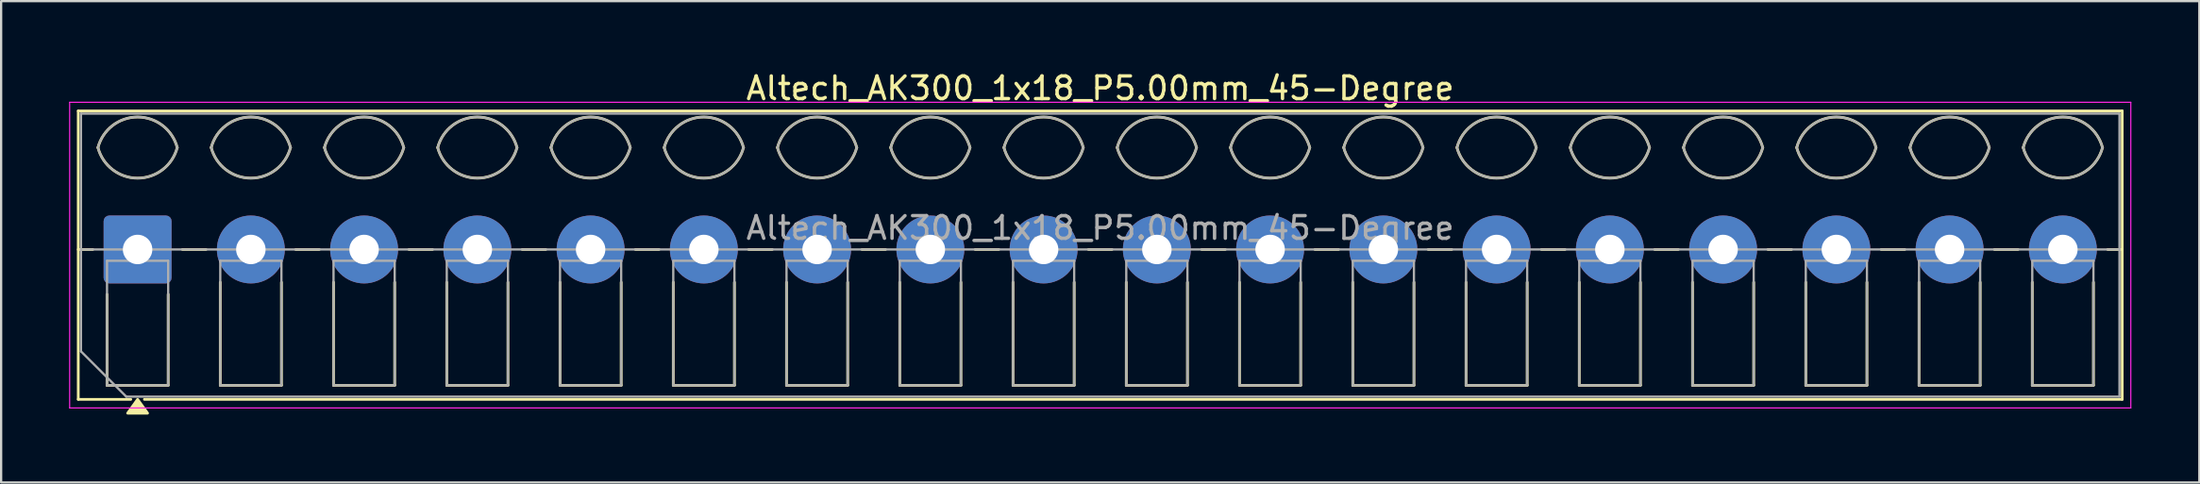
<source format=kicad_pcb>
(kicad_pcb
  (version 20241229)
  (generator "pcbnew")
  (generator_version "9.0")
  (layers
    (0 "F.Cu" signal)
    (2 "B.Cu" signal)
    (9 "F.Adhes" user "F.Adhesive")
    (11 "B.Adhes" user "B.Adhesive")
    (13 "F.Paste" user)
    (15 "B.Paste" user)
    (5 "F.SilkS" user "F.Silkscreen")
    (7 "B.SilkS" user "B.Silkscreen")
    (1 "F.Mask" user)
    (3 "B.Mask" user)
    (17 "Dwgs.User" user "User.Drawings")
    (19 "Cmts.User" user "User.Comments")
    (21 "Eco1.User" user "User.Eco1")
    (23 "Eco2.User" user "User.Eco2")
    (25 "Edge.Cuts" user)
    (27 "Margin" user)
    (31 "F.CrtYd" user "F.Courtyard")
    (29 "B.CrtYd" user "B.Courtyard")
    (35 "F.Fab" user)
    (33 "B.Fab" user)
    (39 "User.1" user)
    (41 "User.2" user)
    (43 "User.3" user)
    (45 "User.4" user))
  (footprint "Altech_AK300_1x18_P5.00mm_45-Degree"
    (layer "F.Cu")
    (at 3.025 7.968)
    (property "Reference" "Altech_AK300_1x18_P5.00mm_45-Degree" (at 42.5 -7.12 0) (layer "F.SilkS") (effects (font (size 1 1) (thickness 0.15))))
    (attr through_hole)
    (fp_line (start -2.62 -6.12) (end 87.62 -6.12) (stroke (width 0.12) (type solid)) (layer "F.SilkS"))
    (fp_line (start -2.62 0) (end -1.98 0) (stroke (width 0.12) (type solid)) (layer "F.SilkS"))
    (fp_line (start -2.62 6.62) (end -2.62 -6.12) (stroke (width 0.12) (type solid)) (layer "F.SilkS"))
    (fp_line (start -1.35 6) (end -1.35 1.98) (stroke (width 0.12) (type solid)) (layer "F.SilkS"))
    (fp_line (start -0.3 6.62) (end -2.62 6.62) (stroke (width 0.12) (type solid)) (layer "F.SilkS"))
    (fp_line (start 1.35 1.98) (end 1.35 6) (stroke (width 0.12) (type solid)) (layer "F.SilkS"))
    (fp_line (start 1.35 6) (end -1.35 6) (stroke (width 0.12) (type solid)) (layer "F.SilkS"))
    (fp_line (start 1.98 0) (end 3.02 0) (stroke (width 0.12) (type solid)) (layer "F.SilkS"))
    (fp_line (start 3.65 6) (end 3.65 1.448) (stroke (width 0.12) (type solid)) (layer "F.SilkS"))
    (fp_line (start 6.35 1.448) (end 6.35 6) (stroke (width 0.12) (type solid)) (layer "F.SilkS"))
    (fp_line (start 6.35 6) (end 3.65 6) (stroke (width 0.12) (type solid)) (layer "F.SilkS"))
    (fp_line (start 6.98 0) (end 8.02 0) (stroke (width 0.12) (type solid)) (layer "F.SilkS"))
    (fp_line (start 8.65 6) (end 8.65 1.448) (stroke (width 0.12) (type solid)) (layer "F.SilkS"))
    (fp_line (start 11.35 1.448) (end 11.35 6) (stroke (width 0.12) (type solid)) (layer "F.SilkS"))
    (fp_line (start 11.35 6) (end 8.65 6) (stroke (width 0.12) (type solid)) (layer "F.SilkS"))
    (fp_line (start 11.98 0) (end 13.02 0) (stroke (width 0.12) (type solid)) (layer "F.SilkS"))
    (fp_line (start 13.65 6) (end 13.65 1.448) (stroke (width 0.12) (type solid)) (layer "F.SilkS"))
    (fp_line (start 16.35 1.448) (end 16.35 6) (stroke (width 0.12) (type solid)) (layer "F.SilkS"))
    (fp_line (start 16.35 6) (end 13.65 6) (stroke (width 0.12) (type solid)) (layer "F.SilkS"))
    (fp_line (start 16.98 0) (end 18.02 0) (stroke (width 0.12) (type solid)) (layer "F.SilkS"))
    (fp_line (start 18.65 6) (end 18.65 1.448) (stroke (width 0.12) (type solid)) (layer "F.SilkS"))
    (fp_line (start 21.35 1.448) (end 21.35 6) (stroke (width 0.12) (type solid)) (layer "F.SilkS"))
    (fp_line (start 21.35 6) (end 18.65 6) (stroke (width 0.12) (type solid)) (layer "F.SilkS"))
    (fp_line (start 21.98 0) (end 23.02 0) (stroke (width 0.12) (type solid)) (layer "F.SilkS"))
    (fp_line (start 23.65 6) (end 23.65 1.448) (stroke (width 0.12) (type solid)) (layer "F.SilkS"))
    (fp_line (start 26.35 1.448) (end 26.35 6) (stroke (width 0.12) (type solid)) (layer "F.SilkS"))
    (fp_line (start 26.35 6) (end 23.65 6) (stroke (width 0.12) (type solid)) (layer "F.SilkS"))
    (fp_line (start 26.98 0) (end 28.02 0) (stroke (width 0.12) (type solid)) (layer "F.SilkS"))
    (fp_line (start 28.65 6) (end 28.65 1.448) (stroke (width 0.12) (type solid)) (layer "F.SilkS"))
    (fp_line (start 31.35 1.448) (end 31.35 6) (stroke (width 0.12) (type solid)) (layer "F.SilkS"))
    (fp_line (start 31.35 6) (end 28.65 6) (stroke (width 0.12) (type solid)) (layer "F.SilkS"))
    (fp_line (start 31.98 0) (end 33.02 0) (stroke (width 0.12) (type solid)) (layer "F.SilkS"))
    (fp_line (start 33.65 6) (end 33.65 1.448) (stroke (width 0.12) (type solid)) (layer "F.SilkS"))
    (fp_line (start 36.35 1.448) (end 36.35 6) (stroke (width 0.12) (type solid)) (layer "F.SilkS"))
    (fp_line (start 36.35 6) (end 33.65 6) (stroke (width 0.12) (type solid)) (layer "F.SilkS"))
    (fp_line (start 36.98 0) (end 38.02 0) (stroke (width 0.12) (type solid)) (layer "F.SilkS"))
    (fp_line (start 38.65 6) (end 38.65 1.448) (stroke (width 0.12) (type solid)) (layer "F.SilkS"))
    (fp_line (start 41.35 1.448) (end 41.35 6) (stroke (width 0.12) (type solid)) (layer "F.SilkS"))
    (fp_line (start 41.35 6) (end 38.65 6) (stroke (width 0.12) (type solid)) (layer "F.SilkS"))
    (fp_line (start 41.98 0) (end 43.02 0) (stroke (width 0.12) (type solid)) (layer "F.SilkS"))
    (fp_line (start 43.65 6) (end 43.65 1.448) (stroke (width 0.12) (type solid)) (layer "F.SilkS"))
    (fp_line (start 46.35 1.448) (end 46.35 6) (stroke (width 0.12) (type solid)) (layer "F.SilkS"))
    (fp_line (start 46.35 6) (end 43.65 6) (stroke (width 0.12) (type solid)) (layer "F.SilkS"))
    (fp_line (start 46.98 0) (end 48.02 0) (stroke (width 0.12) (type solid)) (layer "F.SilkS"))
    (fp_line (start 48.65 6) (end 48.65 1.448) (stroke (width 0.12) (type solid)) (layer "F.SilkS"))
    (fp_line (start 51.35 1.448) (end 51.35 6) (stroke (width 0.12) (type solid)) (layer "F.SilkS"))
    (fp_line (start 51.35 6) (end 48.65 6) (stroke (width 0.12) (type solid)) (layer "F.SilkS"))
    (fp_line (start 51.98 0) (end 53.02 0) (stroke (width 0.12) (type solid)) (layer "F.SilkS"))
    (fp_line (start 53.65 6) (end 53.65 1.448) (stroke (width 0.12) (type solid)) (layer "F.SilkS"))
    (fp_line (start 56.35 1.448) (end 56.35 6) (stroke (width 0.12) (type solid)) (layer "F.SilkS"))
    (fp_line (start 56.35 6) (end 53.65 6) (stroke (width 0.12) (type solid)) (layer "F.SilkS"))
    (fp_line (start 56.98 0) (end 58.02 0) (stroke (width 0.12) (type solid)) (layer "F.SilkS"))
    (fp_line (start 58.65 6) (end 58.65 1.448) (stroke (width 0.12) (type solid)) (layer "F.SilkS"))
    (fp_line (start 61.35 1.448) (end 61.35 6) (stroke (width 0.12) (type solid)) (layer "F.SilkS"))
    (fp_line (start 61.35 6) (end 58.65 6) (stroke (width 0.12) (type solid)) (layer "F.SilkS"))
    (fp_line (start 61.98 0) (end 63.02 0) (stroke (width 0.12) (type solid)) (layer "F.SilkS"))
    (fp_line (start 63.65 6) (end 63.65 1.448) (stroke (width 0.12) (type solid)) (layer "F.SilkS"))
    (fp_line (start 66.35 1.448) (end 66.35 6) (stroke (width 0.12) (type solid)) (layer "F.SilkS"))
    (fp_line (start 66.35 6) (end 63.65 6) (stroke (width 0.12) (type solid)) (layer "F.SilkS"))
    (fp_line (start 66.98 0) (end 68.02 0) (stroke (width 0.12) (type solid)) (layer "F.SilkS"))
    (fp_line (start 68.65 6) (end 68.65 1.448) (stroke (width 0.12) (type solid)) (layer "F.SilkS"))
    (fp_line (start 71.35 1.448) (end 71.35 6) (stroke (width 0.12) (type solid)) (layer "F.SilkS"))
    (fp_line (start 71.35 6) (end 68.65 6) (stroke (width 0.12) (type solid)) (layer "F.SilkS"))
    (fp_line (start 71.98 0) (end 73.02 0) (stroke (width 0.12) (type solid)) (layer "F.SilkS"))
    (fp_line (start 73.65 6) (end 73.65 1.448) (stroke (width 0.12) (type solid)) (layer "F.SilkS"))
    (fp_line (start 76.35 1.448) (end 76.35 6) (stroke (width 0.12) (type solid)) (layer "F.SilkS"))
    (fp_line (start 76.35 6) (end 73.65 6) (stroke (width 0.12) (type solid)) (layer "F.SilkS"))
    (fp_line (start 76.98 0) (end 78.02 0) (stroke (width 0.12) (type solid)) (layer "F.SilkS"))
    (fp_line (start 78.65 6) (end 78.65 1.448) (stroke (width 0.12) (type solid)) (layer "F.SilkS"))
    (fp_line (start 81.35 1.448) (end 81.35 6) (stroke (width 0.12) (type solid)) (layer "F.SilkS"))
    (fp_line (start 81.35 6) (end 78.65 6) (stroke (width 0.12) (type solid)) (layer "F.SilkS"))
    (fp_line (start 81.98 0) (end 83.02 0) (stroke (width 0.12) (type solid)) (layer "F.SilkS"))
    (fp_line (start 83.65 6) (end 83.65 1.448) (stroke (width 0.12) (type solid)) (layer "F.SilkS"))
    (fp_line (start 86.35 1.448) (end 86.35 6) (stroke (width 0.12) (type solid)) (layer "F.SilkS"))
    (fp_line (start 86.35 6) (end 83.65 6) (stroke (width 0.12) (type solid)) (layer "F.SilkS"))
    (fp_line (start 86.98 0) (end 87.62 0) (stroke (width 0.12) (type solid)) (layer "F.SilkS"))
    (fp_line (start 87.62 -6.12) (end 87.62 6.62) (stroke (width 0.12) (type solid)) (layer "F.SilkS"))
    (fp_line (start 87.62 6.62) (end 0.3 6.62) (stroke (width 0.12) (type solid)) (layer "F.SilkS"))
    (fp_arc (start -1.75 -4.5) (mid 0 -5.85) (end 1.75 -4.5) (stroke (width 0.12) (type solid)) (layer "F.SilkS"))
    (fp_arc (start 1.75 -4.5) (mid 0 -3.15) (end -1.75 -4.5) (stroke (width 0.12) (type solid)) (layer "F.SilkS"))
    (fp_arc (start 3.25 -4.5) (mid 5 -5.85) (end 6.75 -4.5) (stroke (width 0.12) (type solid)) (layer "F.SilkS"))
    (fp_arc (start 6.75 -4.5) (mid 5 -3.15) (end 3.25 -4.5) (stroke (width 0.12) (type solid)) (layer "F.SilkS"))
    (fp_arc (start 8.25 -4.5) (mid 10 -5.85) (end 11.75 -4.5) (stroke (width 0.12) (type solid)) (layer "F.SilkS"))
    (fp_arc (start 11.75 -4.5) (mid 10 -3.15) (end 8.25 -4.5) (stroke (width 0.12) (type solid)) (layer "F.SilkS"))
    (fp_arc (start 13.25 -4.5) (mid 15 -5.85) (end 16.75 -4.5) (stroke (width 0.12) (type solid)) (layer "F.SilkS"))
    (fp_arc (start 16.75 -4.5) (mid 15 -3.15) (end 13.25 -4.5) (stroke (width 0.12) (type solid)) (layer "F.SilkS"))
    (fp_arc (start 18.25 -4.5) (mid 20 -5.85) (end 21.75 -4.5) (stroke (width 0.12) (type solid)) (layer "F.SilkS"))
    (fp_arc (start 21.75 -4.5) (mid 20 -3.15) (end 18.25 -4.5) (stroke (width 0.12) (type solid)) (layer "F.SilkS"))
    (fp_arc (start 23.25 -4.5) (mid 25 -5.85) (end 26.75 -4.5) (stroke (width 0.12) (type solid)) (layer "F.SilkS"))
    (fp_arc (start 26.75 -4.5) (mid 25 -3.15) (end 23.25 -4.5) (stroke (width 0.12) (type solid)) (layer "F.SilkS"))
    (fp_arc (start 28.25 -4.5) (mid 30 -5.85) (end 31.75 -4.5) (stroke (width 0.12) (type solid)) (layer "F.SilkS"))
    (fp_arc (start 31.75 -4.5) (mid 30 -3.15) (end 28.25 -4.5) (stroke (width 0.12) (type solid)) (layer "F.SilkS"))
    (fp_arc (start 33.25 -4.5) (mid 35 -5.85) (end 36.75 -4.5) (stroke (width 0.12) (type solid)) (layer "F.SilkS"))
    (fp_arc (start 36.75 -4.5) (mid 35 -3.15) (end 33.25 -4.5) (stroke (width 0.12) (type solid)) (layer "F.SilkS"))
    (fp_arc (start 38.25 -4.5) (mid 40 -5.85) (end 41.75 -4.5) (stroke (width 0.12) (type solid)) (layer "F.SilkS"))
    (fp_arc (start 41.75 -4.5) (mid 40 -3.15) (end 38.25 -4.5) (stroke (width 0.12) (type solid)) (layer "F.SilkS"))
    (fp_arc (start 43.25 -4.5) (mid 45 -5.85) (end 46.75 -4.5) (stroke (width 0.12) (type solid)) (layer "F.SilkS"))
    (fp_arc (start 46.75 -4.5) (mid 45 -3.15) (end 43.25 -4.5) (stroke (width 0.12) (type solid)) (layer "F.SilkS"))
    (fp_arc (start 48.25 -4.5) (mid 50 -5.85) (end 51.75 -4.5) (stroke (width 0.12) (type solid)) (layer "F.SilkS"))
    (fp_arc (start 51.75 -4.5) (mid 50 -3.15) (end 48.25 -4.5) (stroke (width 0.12) (type solid)) (layer "F.SilkS"))
    (fp_arc (start 53.25 -4.5) (mid 55 -5.85) (end 56.75 -4.5) (stroke (width 0.12) (type solid)) (layer "F.SilkS"))
    (fp_arc (start 56.75 -4.5) (mid 55 -3.15) (end 53.25 -4.5) (stroke (width 0.12) (type solid)) (layer "F.SilkS"))
    (fp_arc (start 58.25 -4.5) (mid 60 -5.85) (end 61.75 -4.5) (stroke (width 0.12) (type solid)) (layer "F.SilkS"))
    (fp_arc (start 61.75 -4.5) (mid 60 -3.15) (end 58.25 -4.5) (stroke (width 0.12) (type solid)) (layer "F.SilkS"))
    (fp_arc (start 63.25 -4.5) (mid 65 -5.85) (end 66.75 -4.5) (stroke (width 0.12) (type solid)) (layer "F.SilkS"))
    (fp_arc (start 66.75 -4.5) (mid 65 -3.15) (end 63.25 -4.5) (stroke (width 0.12) (type solid)) (layer "F.SilkS"))
    (fp_arc (start 68.25 -4.5) (mid 70 -5.85) (end 71.75 -4.5) (stroke (width 0.12) (type solid)) (layer "F.SilkS"))
    (fp_arc (start 71.75 -4.5) (mid 70 -3.15) (end 68.25 -4.5) (stroke (width 0.12) (type solid)) (layer "F.SilkS"))
    (fp_arc (start 73.25 -4.5) (mid 75 -5.85) (end 76.75 -4.5) (stroke (width 0.12) (type solid)) (layer "F.SilkS"))
    (fp_arc (start 76.75 -4.5) (mid 75 -3.15) (end 73.25 -4.5) (stroke (width 0.12) (type solid)) (layer "F.SilkS"))
    (fp_arc (start 78.25 -4.5) (mid 80 -5.85) (end 81.75 -4.5) (stroke (width 0.12) (type solid)) (layer "F.SilkS"))
    (fp_arc (start 81.75 -4.5) (mid 80 -3.15) (end 78.25 -4.5) (stroke (width 0.12) (type solid)) (layer "F.SilkS"))
    (fp_arc (start 83.25 -4.5) (mid 85 -5.85) (end 86.75 -4.5) (stroke (width 0.12) (type solid)) (layer "F.SilkS"))
    (fp_arc (start 86.75 -4.5) (mid 85 -3.15) (end 83.25 -4.5) (stroke (width 0.12) (type solid)) (layer "F.SilkS"))
    (fp_poly (pts (xy 0 6.62) (xy 0.44 7.23) (xy -0.44 7.23)) (stroke (width 0.12) (type solid)) (fill yes) (layer "F.SilkS"))
    (fp_line (start -3 -6.5) (end -3 7) (stroke (width 0.05) (type solid)) (layer "F.CrtYd"))
    (fp_line (start -3 7) (end 88 7) (stroke (width 0.05) (type solid)) (layer "F.CrtYd"))
    (fp_line (start 88 -6.5) (end -3 -6.5) (stroke (width 0.05) (type solid)) (layer "F.CrtYd"))
    (fp_line (start 88 7) (end 88 -6.5) (stroke (width 0.05) (type solid)) (layer "F.CrtYd"))
    (fp_line (start -2.5 -6) (end 87.5 -6) (stroke (width 0.1) (type solid)) (layer "F.Fab"))
    (fp_line (start -2.5 0) (end 87.5 0) (stroke (width 0.1) (type solid)) (layer "F.Fab"))
    (fp_line (start -2.5 4.5) (end -2.5 -6) (stroke (width 0.1) (type solid)) (layer "F.Fab"))
    (fp_line (start -1.35 0.5) (end -1.35 6) (stroke (width 0.1) (type solid)) (layer "F.Fab"))
    (fp_line (start -1.35 6) (end 1.35 6) (stroke (width 0.1) (type solid)) (layer "F.Fab"))
    (fp_line (start -0.5 6.5) (end -2.5 4.5) (stroke (width 0.1) (type solid)) (layer "F.Fab"))
    (fp_line (start 1.35 0.5) (end -1.35 0.5) (stroke (width 0.1) (type solid)) (layer "F.Fab"))
    (fp_line (start 1.35 6) (end 1.35 0.5) (stroke (width 0.1) (type solid)) (layer "F.Fab"))
    (fp_line (start 3.65 0.5) (end 3.65 6) (stroke (width 0.1) (type solid)) (layer "F.Fab"))
    (fp_line (start 3.65 6) (end 6.35 6) (stroke (width 0.1) (type solid)) (layer "F.Fab"))
    (fp_line (start 6.35 0.5) (end 3.65 0.5) (stroke (width 0.1) (type solid)) (layer "F.Fab"))
    (fp_line (start 6.35 6) (end 6.35 0.5) (stroke (width 0.1) (type solid)) (layer "F.Fab"))
    (fp_line (start 8.65 0.5) (end 8.65 6) (stroke (width 0.1) (type solid)) (layer "F.Fab"))
    (fp_line (start 8.65 6) (end 11.351 6) (stroke (width 0.1) (type solid)) (layer "F.Fab"))
    (fp_line (start 11.351 0.5) (end 8.65 0.5) (stroke (width 0.1) (type solid)) (layer "F.Fab"))
    (fp_line (start 11.351 6) (end 11.351 0.5) (stroke (width 0.1) (type solid)) (layer "F.Fab"))
    (fp_line (start 13.65 0.5) (end 13.65 6) (stroke (width 0.1) (type solid)) (layer "F.Fab"))
    (fp_line (start 13.65 6) (end 16.351 6) (stroke (width 0.1) (type solid)) (layer "F.Fab"))
    (fp_line (start 16.351 0.5) (end 13.65 0.5) (stroke (width 0.1) (type solid)) (layer "F.Fab"))
    (fp_line (start 16.351 6) (end 16.351 0.5) (stroke (width 0.1) (type solid)) (layer "F.Fab"))
    (fp_line (start 18.65 0.5) (end 18.65 6) (stroke (width 0.1) (type solid)) (layer "F.Fab"))
    (fp_line (start 18.65 6) (end 21.35 6) (stroke (width 0.1) (type solid)) (layer "F.Fab"))
    (fp_line (start 21.35 0.5) (end 18.65 0.5) (stroke (width 0.1) (type solid)) (layer "F.Fab"))
    (fp_line (start 21.35 6) (end 21.35 0.5) (stroke (width 0.1) (type solid)) (layer "F.Fab"))
    (fp_line (start 23.65 0.5) (end 23.65 6) (stroke (width 0.1) (type solid)) (layer "F.Fab"))
    (fp_line (start 23.65 6) (end 26.35 6) (stroke (width 0.1) (type solid)) (layer "F.Fab"))
    (fp_line (start 26.35 0.5) (end 23.65 0.5) (stroke (width 0.1) (type solid)) (layer "F.Fab"))
    (fp_line (start 26.35 6) (end 26.35 0.5) (stroke (width 0.1) (type solid)) (layer "F.Fab"))
    (fp_line (start 28.65 0.5) (end 28.65 6) (stroke (width 0.1) (type solid)) (layer "F.Fab"))
    (fp_line (start 28.65 6) (end 31.35 6) (stroke (width 0.1) (type solid)) (layer "F.Fab"))
    (fp_line (start 31.35 0.5) (end 28.65 0.5) (stroke (width 0.1) (type solid)) (layer "F.Fab"))
    (fp_line (start 31.35 6) (end 31.35 0.5) (stroke (width 0.1) (type solid)) (layer "F.Fab"))
    (fp_line (start 33.65 0.5) (end 33.65 6) (stroke (width 0.1) (type solid)) (layer "F.Fab"))
    (fp_line (start 33.65 6) (end 36.35 6) (stroke (width 0.1) (type solid)) (layer "F.Fab"))
    (fp_line (start 36.35 0.5) (end 33.65 0.5) (stroke (width 0.1) (type solid)) (layer "F.Fab"))
    (fp_line (start 36.35 6) (end 36.35 0.5) (stroke (width 0.1) (type solid)) (layer "F.Fab"))
    (fp_line (start 38.65 0.5) (end 38.65 6) (stroke (width 0.1) (type solid)) (layer "F.Fab"))
    (fp_line (start 38.65 6) (end 41.35 6) (stroke (width 0.1) (type solid)) (layer "F.Fab"))
    (fp_line (start 41.35 0.5) (end 38.65 0.5) (stroke (width 0.1) (type solid)) (layer "F.Fab"))
    (fp_line (start 41.35 6) (end 41.35 0.5) (stroke (width 0.1) (type solid)) (layer "F.Fab"))
    (fp_line (start 43.65 0.5) (end 43.65 6) (stroke (width 0.1) (type solid)) (layer "F.Fab"))
    (fp_line (start 43.65 6) (end 46.35 6) (stroke (width 0.1) (type solid)) (layer "F.Fab"))
    (fp_line (start 46.35 0.5) (end 43.65 0.5) (stroke (width 0.1) (type solid)) (layer "F.Fab"))
    (fp_line (start 46.35 6) (end 46.35 0.5) (stroke (width 0.1) (type solid)) (layer "F.Fab"))
    (fp_line (start 48.65 0.5) (end 48.65 6) (stroke (width 0.1) (type solid)) (layer "F.Fab"))
    (fp_line (start 48.65 6) (end 51.35 6) (stroke (width 0.1) (type solid)) (layer "F.Fab"))
    (fp_line (start 51.35 0.5) (end 48.65 0.5) (stroke (width 0.1) (type solid)) (layer "F.Fab"))
    (fp_line (start 51.35 6) (end 51.35 0.5) (stroke (width 0.1) (type solid)) (layer "F.Fab"))
    (fp_line (start 53.65 0.5) (end 53.65 6) (stroke (width 0.1) (type solid)) (layer "F.Fab"))
    (fp_line (start 53.65 6) (end 56.35 6) (stroke (width 0.1) (type solid)) (layer "F.Fab"))
    (fp_line (start 56.35 0.5) (end 53.65 0.5) (stroke (width 0.1) (type solid)) (layer "F.Fab"))
    (fp_line (start 56.35 6) (end 56.35 0.5) (stroke (width 0.1) (type solid)) (layer "F.Fab"))
    (fp_line (start 58.65 0.5) (end 58.65 6) (stroke (width 0.1) (type solid)) (layer "F.Fab"))
    (fp_line (start 58.65 6) (end 61.35 6) (stroke (width 0.1) (type solid)) (layer "F.Fab"))
    (fp_line (start 61.35 0.5) (end 58.65 0.5) (stroke (width 0.1) (type solid)) (layer "F.Fab"))
    (fp_line (start 61.35 6) (end 61.35 0.5) (stroke (width 0.1) (type solid)) (layer "F.Fab"))
    (fp_line (start 63.65 0.5) (end 63.65 6) (stroke (width 0.1) (type solid)) (layer "F.Fab"))
    (fp_line (start 63.65 6) (end 66.35 6) (stroke (width 0.1) (type solid)) (layer "F.Fab"))
    (fp_line (start 66.35 0.5) (end 63.65 0.5) (stroke (width 0.1) (type solid)) (layer "F.Fab"))
    (fp_line (start 66.35 6) (end 66.35 0.5) (stroke (width 0.1) (type solid)) (layer "F.Fab"))
    (fp_line (start 68.65 0.5) (end 68.65 6) (stroke (width 0.1) (type solid)) (layer "F.Fab"))
    (fp_line (start 68.65 6) (end 71.35 6) (stroke (width 0.1) (type solid)) (layer "F.Fab"))
    (fp_line (start 71.35 0.5) (end 68.65 0.5) (stroke (width 0.1) (type solid)) (layer "F.Fab"))
    (fp_line (start 71.35 6) (end 71.35 0.5) (stroke (width 0.1) (type solid)) (layer "F.Fab"))
    (fp_line (start 73.65 0.5) (end 73.65 6) (stroke (width 0.1) (type solid)) (layer "F.Fab"))
    (fp_line (start 73.65 6) (end 76.35 6) (stroke (width 0.1) (type solid)) (layer "F.Fab"))
    (fp_line (start 76.35 0.5) (end 73.65 0.5) (stroke (width 0.1) (type solid)) (layer "F.Fab"))
    (fp_line (start 76.35 6) (end 76.35 0.5) (stroke (width 0.1) (type solid)) (layer "F.Fab"))
    (fp_line (start 78.65 0.5) (end 78.65 6) (stroke (width 0.1) (type solid)) (layer "F.Fab"))
    (fp_line (start 78.65 6) (end 81.35 6) (stroke (width 0.1) (type solid)) (layer "F.Fab"))
    (fp_line (start 81.35 0.5) (end 78.65 0.5) (stroke (width 0.1) (type solid)) (layer "F.Fab"))
    (fp_line (start 81.35 6) (end 81.35 0.5) (stroke (width 0.1) (type solid)) (layer "F.Fab"))
    (fp_line (start 83.65 0.5) (end 83.65 6) (stroke (width 0.1) (type solid)) (layer "F.Fab"))
    (fp_line (start 83.65 6) (end 86.35 6) (stroke (width 0.1) (type solid)) (layer "F.Fab"))
    (fp_line (start 86.35 0.5) (end 83.65 0.5) (stroke (width 0.1) (type solid)) (layer "F.Fab"))
    (fp_line (start 86.35 6) (end 86.35 0.5) (stroke (width 0.1) (type solid)) (layer "F.Fab"))
    (fp_line (start 87.5 -6) (end 87.5 6.5) (stroke (width 0.1) (type solid)) (layer "F.Fab"))
    (fp_line (start 87.5 6.5) (end -0.5 6.5) (stroke (width 0.1) (type solid)) (layer "F.Fab"))
    (fp_arc (start -1.75 -4.5) (mid 0 -5.85) (end 1.75 -4.5) (stroke (width 0.1) (type solid)) (layer "F.Fab"))
    (fp_arc (start 1.75 -4.5) (mid 0 -3.15) (end -1.75 -4.5) (stroke (width 0.1) (type solid)) (layer "F.Fab"))
    (fp_arc (start 3.25 -4.5) (mid 5 -5.85) (end 6.75 -4.5) (stroke (width 0.1) (type solid)) (layer "F.Fab"))
    (fp_arc (start 6.75 -4.5) (mid 5 -3.15) (end 3.25 -4.5) (stroke (width 0.1) (type solid)) (layer "F.Fab"))
    (fp_arc (start 8.25 -4.5) (mid 10 -5.85) (end 11.75 -4.5) (stroke (width 0.1) (type solid)) (layer "F.Fab"))
    (fp_arc (start 11.75 -4.5) (mid 10 -3.15) (end 8.25 -4.5) (stroke (width 0.1) (type solid)) (layer "F.Fab"))
    (fp_arc (start 13.25 -4.5) (mid 15 -5.85) (end 16.75 -4.5) (stroke (width 0.1) (type solid)) (layer "F.Fab"))
    (fp_arc (start 16.75 -4.5) (mid 15 -3.15) (end 13.25 -4.5) (stroke (width 0.1) (type solid)) (layer "F.Fab"))
    (fp_arc (start 18.25 -4.5) (mid 20 -5.85) (end 21.75 -4.5) (stroke (width 0.1) (type solid)) (layer "F.Fab"))
    (fp_arc (start 21.75 -4.5) (mid 20 -3.15) (end 18.25 -4.5) (stroke (width 0.1) (type solid)) (layer "F.Fab"))
    (fp_arc (start 23.25 -4.5) (mid 25 -5.85) (end 26.75 -4.5) (stroke (width 0.1) (type solid)) (layer "F.Fab"))
    (fp_arc (start 26.75 -4.5) (mid 25 -3.15) (end 23.25 -4.5) (stroke (width 0.1) (type solid)) (layer "F.Fab"))
    (fp_arc (start 28.25 -4.5) (mid 30 -5.85) (end 31.75 -4.5) (stroke (width 0.1) (type solid)) (layer "F.Fab"))
    (fp_arc (start 31.75 -4.5) (mid 30 -3.15) (end 28.25 -4.5) (stroke (width 0.1) (type solid)) (layer "F.Fab"))
    (fp_arc (start 33.25 -4.5) (mid 35 -5.85) (end 36.75 -4.5) (stroke (width 0.1) (type solid)) (layer "F.Fab"))
    (fp_arc (start 36.75 -4.5) (mid 35 -3.15) (end 33.25 -4.5) (stroke (width 0.1) (type solid)) (layer "F.Fab"))
    (fp_arc (start 38.25 -4.5) (mid 40 -5.85) (end 41.75 -4.5) (stroke (width 0.1) (type solid)) (layer "F.Fab"))
    (fp_arc (start 41.75 -4.5) (mid 40 -3.15) (end 38.25 -4.5) (stroke (width 0.1) (type solid)) (layer "F.Fab"))
    (fp_arc (start 43.25 -4.5) (mid 45 -5.85) (end 46.75 -4.5) (stroke (width 0.1) (type solid)) (layer "F.Fab"))
    (fp_arc (start 46.75 -4.5) (mid 45 -3.15) (end 43.25 -4.5) (stroke (width 0.1) (type solid)) (layer "F.Fab"))
    (fp_arc (start 48.25 -4.5) (mid 50 -5.85) (end 51.75 -4.5) (stroke (width 0.1) (type solid)) (layer "F.Fab"))
    (fp_arc (start 51.75 -4.5) (mid 50 -3.15) (end 48.25 -4.5) (stroke (width 0.1) (type solid)) (layer "F.Fab"))
    (fp_arc (start 53.25 -4.5) (mid 55 -5.85) (end 56.75 -4.5) (stroke (width 0.1) (type solid)) (layer "F.Fab"))
    (fp_arc (start 56.75 -4.5) (mid 55 -3.15) (end 53.25 -4.5) (stroke (width 0.1) (type solid)) (layer "F.Fab"))
    (fp_arc (start 58.25 -4.5) (mid 60 -5.85) (end 61.75 -4.5) (stroke (width 0.1) (type solid)) (layer "F.Fab"))
    (fp_arc (start 61.75 -4.5) (mid 60 -3.15) (end 58.25 -4.5) (stroke (width 0.1) (type solid)) (layer "F.Fab"))
    (fp_arc (start 63.25 -4.5) (mid 65 -5.85) (end 66.75 -4.5) (stroke (width 0.1) (type solid)) (layer "F.Fab"))
    (fp_arc (start 66.75 -4.5) (mid 65 -3.15) (end 63.25 -4.5) (stroke (width 0.1) (type solid)) (layer "F.Fab"))
    (fp_arc (start 68.25 -4.5) (mid 70 -5.85) (end 71.75 -4.5) (stroke (width 0.1) (type solid)) (layer "F.Fab"))
    (fp_arc (start 71.75 -4.5) (mid 70 -3.15) (end 68.25 -4.5) (stroke (width 0.1) (type solid)) (layer "F.Fab"))
    (fp_arc (start 73.25 -4.5) (mid 75 -5.85) (end 76.75 -4.5) (stroke (width 0.1) (type solid)) (layer "F.Fab"))
    (fp_arc (start 76.75 -4.5) (mid 75 -3.15) (end 73.25 -4.5) (stroke (width 0.1) (type solid)) (layer "F.Fab"))
    (fp_arc (start 78.25 -4.5) (mid 80 -5.85) (end 81.75 -4.5) (stroke (width 0.1) (type solid)) (layer "F.Fab"))
    (fp_arc (start 81.75 -4.5) (mid 80 -3.15) (end 78.25 -4.5) (stroke (width 0.1) (type solid)) (layer "F.Fab"))
    (fp_arc (start 83.25 -4.5) (mid 85 -5.85) (end 86.75 -4.5) (stroke (width 0.1) (type solid)) (layer "F.Fab"))
    (fp_arc (start 86.75 -4.5) (mid 85 -3.15) (end 83.25 -4.5) (stroke (width 0.1) (type solid)) (layer "F.Fab"))
    (fp_text user "${REFERENCE}" (at 42.5 -0.95 0) (layer "F.Fab") (effects (font (size 1 1) (thickness 0.15))))
    (pad "1" thru_hole roundrect (at 0 0) (size 3 3) (drill 1.3) (layers "*.Cu" "*.Mask") (roundrect_rratio 0.083))
    (pad "2" thru_hole circle (at 5 0) (size 3 3) (drill 1.3) (layers "*.Cu" "*.Mask"))
    (pad "3" thru_hole circle (at 10 0) (size 3 3) (drill 1.3) (layers "*.Cu" "*.Mask"))
    (pad "4" thru_hole circle (at 15 0) (size 3 3) (drill 1.3) (layers "*.Cu" "*.Mask"))
    (pad "5" thru_hole circle (at 20 0) (size 3 3) (drill 1.3) (layers "*.Cu" "*.Mask"))
    (pad "6" thru_hole circle (at 25 0) (size 3 3) (drill 1.3) (layers "*.Cu" "*.Mask"))
    (pad "7" thru_hole circle (at 30 0) (size 3 3) (drill 1.3) (layers "*.Cu" "*.Mask"))
    (pad "8" thru_hole circle (at 35 0) (size 3 3) (drill 1.3) (layers "*.Cu" "*.Mask"))
    (pad "9" thru_hole circle (at 40 0) (size 3 3) (drill 1.3) (layers "*.Cu" "*.Mask"))
    (pad "10" thru_hole circle (at 45 0) (size 3 3) (drill 1.3) (layers "*.Cu" "*.Mask"))
    (pad "11" thru_hole circle (at 50 0) (size 3 3) (drill 1.3) (layers "*.Cu" "*.Mask"))
    (pad "12" thru_hole circle (at 55 0) (size 3 3) (drill 1.3) (layers "*.Cu" "*.Mask"))
    (pad "13" thru_hole circle (at 60 0) (size 3 3) (drill 1.3) (layers "*.Cu" "*.Mask"))
    (pad "14" thru_hole circle (at 65 0) (size 3 3) (drill 1.3) (layers "*.Cu" "*.Mask"))
    (pad "15" thru_hole circle (at 70 0) (size 3 3) (drill 1.3) (layers "*.Cu" "*.Mask"))
    (pad "16" thru_hole circle (at 75 0) (size 3 3) (drill 1.3) (layers "*.Cu" "*.Mask"))
    (pad "17" thru_hole circle (at 80 0) (size 3 3) (drill 1.3) (layers "*.Cu" "*.Mask"))
    (pad "18" thru_hole circle (at 85 0) (size 3 3) (drill 1.3) (layers "*.Cu" "*.Mask")))
  (gr_rect
    (start -3 -3)
    (end 94.05 18.258)
    (stroke (width 0.1) (type default))
    (fill no)
    (layer "Edge.Cuts")))
</source>
